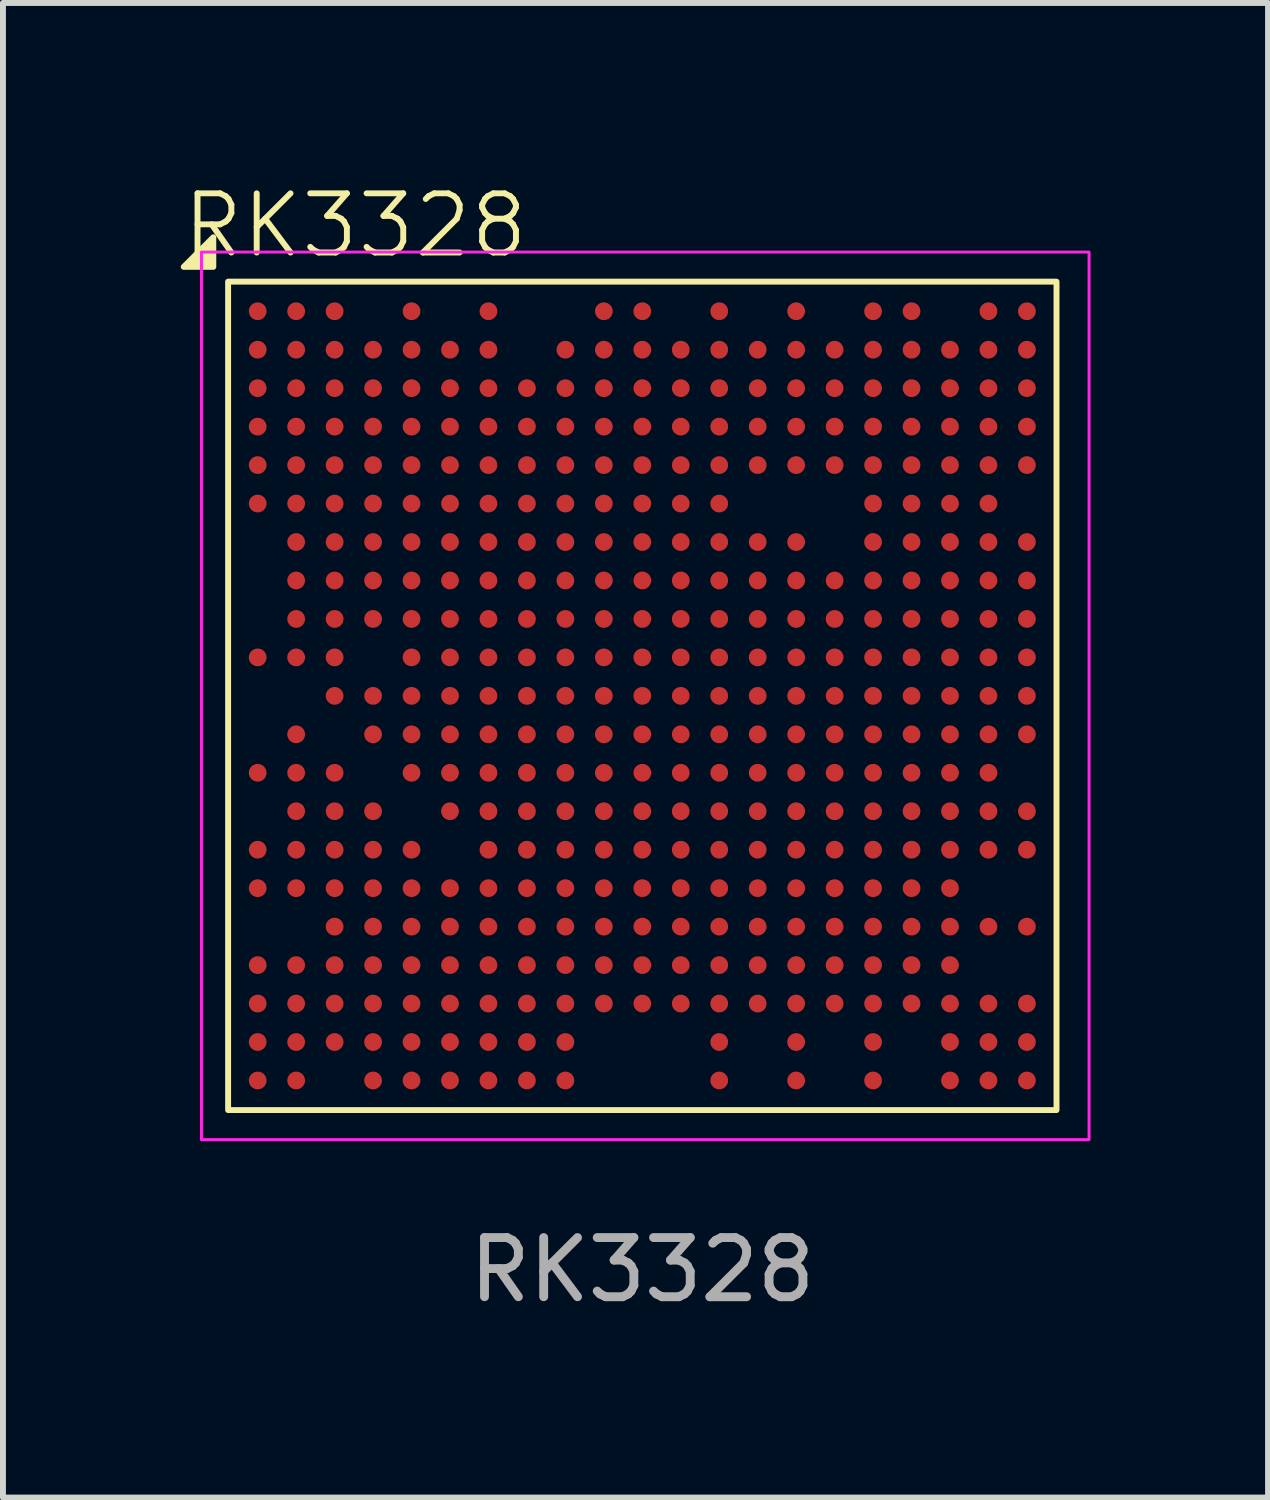
<source format=kicad_pcb>
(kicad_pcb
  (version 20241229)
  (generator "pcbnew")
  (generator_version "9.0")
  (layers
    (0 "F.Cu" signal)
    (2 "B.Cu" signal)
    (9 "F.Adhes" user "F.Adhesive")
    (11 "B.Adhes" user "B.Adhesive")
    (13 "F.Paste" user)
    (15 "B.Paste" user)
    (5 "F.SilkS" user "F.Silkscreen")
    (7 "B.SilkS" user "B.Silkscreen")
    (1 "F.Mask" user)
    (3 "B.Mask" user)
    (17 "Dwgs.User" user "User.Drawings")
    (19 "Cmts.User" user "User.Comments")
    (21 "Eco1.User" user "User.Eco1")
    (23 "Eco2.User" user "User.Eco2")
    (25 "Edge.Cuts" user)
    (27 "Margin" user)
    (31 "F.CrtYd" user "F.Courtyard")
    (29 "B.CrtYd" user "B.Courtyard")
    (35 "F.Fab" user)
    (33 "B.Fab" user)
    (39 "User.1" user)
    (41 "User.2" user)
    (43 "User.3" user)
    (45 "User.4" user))
  (footprint "RK3328"
    (layer "F.Cu")
    (at 7.805 8.71)
    (property "Reference" "RK3328" (at -4.85 -7.95 0) (unlocked yes) (layer "F.SilkS") (effects (font (size 1 1) (thickness 0.1))))
    (attr smd)
    (fp_rect (start -7 -7) (end 7 7) (stroke (width 0.1) (type default)) (fill no) (layer "F.SilkS"))
    (fp_poly (pts (xy -7.75 -7.25) (xy -7.25 -7.75) (xy -7.25 -7.25)) (stroke (width 0.1) (type solid)) (fill yes) (layer "F.SilkS"))
    (fp_rect (start -7.45 -7.5) (end 7.55 7.5) (stroke (width 0.05) (type default)) (fill no) (layer "F.CrtYd"))
    (fp_text user "${REFERENCE}" (at 0 9.7 0) (unlocked yes) (layer "F.Fab") (effects (font (size 1 1) (thickness 0.15))))
    (pad "A1" smd circle (at -6.5 -6.5) (size 0.3 0.3) (property pad_prop_bga) (layers "F.Cu" "F.Mask" "F.Paste"))
    (pad "A2" smd circle (at -5.85 -6.5) (size 0.3 0.3) (property pad_prop_bga) (layers "F.Cu" "F.Mask" "F.Paste"))
    (pad "A3" smd circle (at -5.2 -6.5) (size 0.3 0.3) (property pad_prop_bga) (layers "F.Cu" "F.Mask" "F.Paste"))
    (pad "A5" smd circle (at -3.9 -6.5) (size 0.3 0.3) (property pad_prop_bga) (layers "F.Cu" "F.Mask" "F.Paste"))
    (pad "A7" smd circle (at -2.6 -6.5) (size 0.3 0.3) (property pad_prop_bga) (layers "F.Cu" "F.Mask" "F.Paste"))
    (pad "A10" smd circle (at -0.65 -6.5) (size 0.3 0.3) (property pad_prop_bga) (layers "F.Cu" "F.Mask" "F.Paste"))
    (pad "A11" smd circle (at 0 -6.5) (size 0.3 0.3) (property pad_prop_bga) (layers "F.Cu" "F.Mask" "F.Paste"))
    (pad "A13" smd circle (at 1.3 -6.5) (size 0.3 0.3) (property pad_prop_bga) (layers "F.Cu" "F.Mask" "F.Paste"))
    (pad "A15" smd circle (at 2.6 -6.5) (size 0.3 0.3) (property pad_prop_bga) (layers "F.Cu" "F.Mask" "F.Paste"))
    (pad "A17" smd circle (at 3.9 -6.5) (size 0.3 0.3) (property pad_prop_bga) (layers "F.Cu" "F.Mask" "F.Paste"))
    (pad "A18" smd circle (at 4.55 -6.5) (size 0.3 0.3) (property pad_prop_bga) (layers "F.Cu" "F.Mask" "F.Paste"))
    (pad "A20" smd circle (at 5.85 -6.5) (size 0.3 0.3) (property pad_prop_bga) (layers "F.Cu" "F.Mask" "F.Paste"))
    (pad "A21" smd circle (at 6.5 -6.5) (size 0.3 0.3) (property pad_prop_bga) (layers "F.Cu" "F.Mask" "F.Paste"))
    (pad "AA1" smd circle (at -6.5 6.5) (size 0.3 0.3) (property pad_prop_bga) (layers "F.Cu" "F.Mask" "F.Paste"))
    (pad "AA2" smd circle (at -5.85 6.5) (size 0.3 0.3) (property pad_prop_bga) (layers "F.Cu" "F.Mask" "F.Paste"))
    (pad "AA4" smd circle (at -4.55 6.5) (size 0.3 0.3) (property pad_prop_bga) (layers "F.Cu" "F.Mask" "F.Paste"))
    (pad "AA5" smd circle (at -3.9 6.5) (size 0.3 0.3) (property pad_prop_bga) (layers "F.Cu" "F.Mask" "F.Paste"))
    (pad "AA6" smd circle (at -3.25 6.5) (size 0.3 0.3) (property pad_prop_bga) (layers "F.Cu" "F.Mask" "F.Paste"))
    (pad "AA7" smd circle (at -2.6 6.5) (size 0.3 0.3) (property pad_prop_bga) (layers "F.Cu" "F.Mask" "F.Paste"))
    (pad "AA8" smd circle (at -1.95 6.5) (size 0.3 0.3) (property pad_prop_bga) (layers "F.Cu" "F.Mask" "F.Paste"))
    (pad "AA9" smd circle (at -1.3 6.5) (size 0.3 0.3) (property pad_prop_bga) (layers "F.Cu" "F.Mask" "F.Paste"))
    (pad "AA13" smd circle (at 1.3 6.5) (size 0.3 0.3) (property pad_prop_bga) (layers "F.Cu" "F.Mask" "F.Paste"))
    (pad "AA15" smd circle (at 2.6 6.5) (size 0.3 0.3) (property pad_prop_bga) (layers "F.Cu" "F.Mask" "F.Paste"))
    (pad "AA17" smd circle (at 3.9 6.5) (size 0.3 0.3) (property pad_prop_bga) (layers "F.Cu" "F.Mask" "F.Paste"))
    (pad "AA19" smd circle (at 5.2 6.5) (size 0.3 0.3) (property pad_prop_bga) (layers "F.Cu" "F.Mask" "F.Paste"))
    (pad "AA20" smd circle (at 5.85 6.5) (size 0.3 0.3) (property pad_prop_bga) (layers "F.Cu" "F.Mask" "F.Paste"))
    (pad "AA21" smd circle (at 6.5 6.5) (size 0.3 0.3) (property pad_prop_bga) (layers "F.Cu" "F.Mask" "F.Paste"))
    (pad "B1" smd circle (at -6.5 -5.85) (size 0.3 0.3) (property pad_prop_bga) (layers "F.Cu" "F.Mask" "F.Paste"))
    (pad "B2" smd circle (at -5.85 -5.85) (size 0.3 0.3) (property pad_prop_bga) (layers "F.Cu" "F.Mask" "F.Paste"))
    (pad "B3" smd circle (at -5.2 -5.85) (size 0.3 0.3) (property pad_prop_bga) (layers "F.Cu" "F.Mask" "F.Paste"))
    (pad "B4" smd circle (at -4.55 -5.85) (size 0.3 0.3) (property pad_prop_bga) (layers "F.Cu" "F.Mask" "F.Paste"))
    (pad "B5" smd circle (at -3.9 -5.85) (size 0.3 0.3) (property pad_prop_bga) (layers "F.Cu" "F.Mask" "F.Paste"))
    (pad "B6" smd circle (at -3.25 -5.85) (size 0.3 0.3) (property pad_prop_bga) (layers "F.Cu" "F.Mask" "F.Paste"))
    (pad "B7" smd circle (at -2.6 -5.85) (size 0.3 0.3) (property pad_prop_bga) (layers "F.Cu" "F.Mask" "F.Paste"))
    (pad "B9" smd circle (at -1.3 -5.85) (size 0.3 0.3) (property pad_prop_bga) (layers "F.Cu" "F.Mask" "F.Paste"))
    (pad "B10" smd circle (at -0.65 -5.85) (size 0.3 0.3) (property pad_prop_bga) (layers "F.Cu" "F.Mask" "F.Paste"))
    (pad "B11" smd circle (at 0 -5.85) (size 0.3 0.3) (property pad_prop_bga) (layers "F.Cu" "F.Mask" "F.Paste"))
    (pad "B12" smd circle (at 0.65 -5.85) (size 0.3 0.3) (property pad_prop_bga) (layers "F.Cu" "F.Mask" "F.Paste"))
    (pad "B13" smd circle (at 1.3 -5.85) (size 0.3 0.3) (property pad_prop_bga) (layers "F.Cu" "F.Mask" "F.Paste"))
    (pad "B14" smd circle (at 1.95 -5.85) (size 0.3 0.3) (property pad_prop_bga) (layers "F.Cu" "F.Mask" "F.Paste"))
    (pad "B15" smd circle (at 2.6 -5.85) (size 0.3 0.3) (property pad_prop_bga) (layers "F.Cu" "F.Mask" "F.Paste"))
    (pad "B16" smd circle (at 3.25 -5.85) (size 0.3 0.3) (property pad_prop_bga) (layers "F.Cu" "F.Mask" "F.Paste"))
    (pad "B17" smd circle (at 3.9 -5.85) (size 0.3 0.3) (property pad_prop_bga) (layers "F.Cu" "F.Mask" "F.Paste"))
    (pad "B18" smd circle (at 4.55 -5.85) (size 0.3 0.3) (property pad_prop_bga) (layers "F.Cu" "F.Mask" "F.Paste"))
    (pad "B19" smd circle (at 5.2 -5.85) (size 0.3 0.3) (property pad_prop_bga) (layers "F.Cu" "F.Mask" "F.Paste"))
    (pad "B20" smd circle (at 5.85 -5.85) (size 0.3 0.3) (property pad_prop_bga) (layers "F.Cu" "F.Mask" "F.Paste"))
    (pad "B21" smd circle (at 6.5 -5.85) (size 0.3 0.3) (property pad_prop_bga) (layers "F.Cu" "F.Mask" "F.Paste"))
    (pad "C1" smd circle (at -6.5 -5.2) (size 0.3 0.3) (property pad_prop_bga) (layers "F.Cu" "F.Mask" "F.Paste"))
    (pad "C2" smd circle (at -5.85 -5.2) (size 0.3 0.3) (property pad_prop_bga) (layers "F.Cu" "F.Mask" "F.Paste"))
    (pad "C3" smd circle (at -5.2 -5.2) (size 0.3 0.3) (property pad_prop_bga) (layers "F.Cu" "F.Mask" "F.Paste"))
    (pad "C4" smd circle (at -4.55 -5.2) (size 0.3 0.3) (property pad_prop_bga) (layers "F.Cu" "F.Mask" "F.Paste"))
    (pad "C5" smd circle (at -3.9 -5.2) (size 0.3 0.3) (property pad_prop_bga) (layers "F.Cu" "F.Mask" "F.Paste"))
    (pad "C6" smd circle (at -3.25 -5.2) (size 0.3 0.3) (property pad_prop_bga) (layers "F.Cu" "F.Mask" "F.Paste"))
    (pad "C7" smd circle (at -2.6 -5.2) (size 0.3 0.3) (property pad_prop_bga) (layers "F.Cu" "F.Mask" "F.Paste"))
    (pad "C8" smd circle (at -1.95 -5.2) (size 0.3 0.3) (property pad_prop_bga) (layers "F.Cu" "F.Mask" "F.Paste"))
    (pad "C9" smd circle (at -1.3 -5.2) (size 0.3 0.3) (property pad_prop_bga) (layers "F.Cu" "F.Mask" "F.Paste"))
    (pad "C10" smd circle (at -0.65 -5.2) (size 0.3 0.3) (property pad_prop_bga) (layers "F.Cu" "F.Mask" "F.Paste"))
    (pad "C11" smd circle (at 0 -5.2) (size 0.3 0.3) (property pad_prop_bga) (layers "F.Cu" "F.Mask" "F.Paste"))
    (pad "C12" smd circle (at 0.65 -5.2) (size 0.3 0.3) (property pad_prop_bga) (layers "F.Cu" "F.Mask" "F.Paste"))
    (pad "C13" smd circle (at 1.3 -5.2) (size 0.3 0.3) (property pad_prop_bga) (layers "F.Cu" "F.Mask" "F.Paste"))
    (pad "C14" smd circle (at 1.95 -5.2) (size 0.3 0.3) (property pad_prop_bga) (layers "F.Cu" "F.Mask" "F.Paste"))
    (pad "C15" smd circle (at 2.6 -5.2) (size 0.3 0.3) (property pad_prop_bga) (layers "F.Cu" "F.Mask" "F.Paste"))
    (pad "C16" smd circle (at 3.25 -5.2) (size 0.3 0.3) (property pad_prop_bga) (layers "F.Cu" "F.Mask" "F.Paste"))
    (pad "C17" smd circle (at 3.9 -5.2) (size 0.3 0.3) (property pad_prop_bga) (layers "F.Cu" "F.Mask" "F.Paste"))
    (pad "C18" smd circle (at 4.55 -5.2) (size 0.3 0.3) (property pad_prop_bga) (layers "F.Cu" "F.Mask" "F.Paste"))
    (pad "C19" smd circle (at 5.2 -5.2) (size 0.3 0.3) (property pad_prop_bga) (layers "F.Cu" "F.Mask" "F.Paste"))
    (pad "C20" smd circle (at 5.85 -5.2) (size 0.3 0.3) (property pad_prop_bga) (layers "F.Cu" "F.Mask" "F.Paste"))
    (pad "C21" smd circle (at 6.5 -5.2) (size 0.3 0.3) (property pad_prop_bga) (layers "F.Cu" "F.Mask" "F.Paste"))
    (pad "D1" smd circle (at -6.5 -4.55) (size 0.3 0.3) (property pad_prop_bga) (layers "F.Cu" "F.Mask" "F.Paste"))
    (pad "D2" smd circle (at -5.85 -4.55) (size 0.3 0.3) (property pad_prop_bga) (layers "F.Cu" "F.Mask" "F.Paste"))
    (pad "D3" smd circle (at -5.2 -4.55) (size 0.3 0.3) (property pad_prop_bga) (layers "F.Cu" "F.Mask" "F.Paste"))
    (pad "D4" smd circle (at -4.55 -4.55) (size 0.3 0.3) (property pad_prop_bga) (layers "F.Cu" "F.Mask" "F.Paste"))
    (pad "D5" smd circle (at -3.9 -4.55) (size 0.3 0.3) (property pad_prop_bga) (layers "F.Cu" "F.Mask" "F.Paste"))
    (pad "D6" smd circle (at -3.25 -4.55) (size 0.3 0.3) (property pad_prop_bga) (layers "F.Cu" "F.Mask" "F.Paste"))
    (pad "D7" smd circle (at -2.6 -4.55) (size 0.3 0.3) (property pad_prop_bga) (layers "F.Cu" "F.Mask" "F.Paste"))
    (pad "D8" smd circle (at -1.95 -4.55) (size 0.3 0.3) (property pad_prop_bga) (layers "F.Cu" "F.Mask" "F.Paste"))
    (pad "D9" smd circle (at -1.3 -4.55) (size 0.3 0.3) (property pad_prop_bga) (layers "F.Cu" "F.Mask" "F.Paste"))
    (pad "D10" smd circle (at -0.65 -4.55) (size 0.3 0.3) (property pad_prop_bga) (layers "F.Cu" "F.Mask" "F.Paste"))
    (pad "D11" smd circle (at 0 -4.55) (size 0.3 0.3) (property pad_prop_bga) (layers "F.Cu" "F.Mask" "F.Paste"))
    (pad "D12" smd circle (at 0.65 -4.55) (size 0.3 0.3) (property pad_prop_bga) (layers "F.Cu" "F.Mask" "F.Paste"))
    (pad "D13" smd circle (at 1.3 -4.55) (size 0.3 0.3) (property pad_prop_bga) (layers "F.Cu" "F.Mask" "F.Paste"))
    (pad "D14" smd circle (at 1.95 -4.55) (size 0.3 0.3) (property pad_prop_bga) (layers "F.Cu" "F.Mask" "F.Paste"))
    (pad "D15" smd circle (at 2.6 -4.55) (size 0.3 0.3) (property pad_prop_bga) (layers "F.Cu" "F.Mask" "F.Paste"))
    (pad "D16" smd circle (at 3.25 -4.55) (size 0.3 0.3) (property pad_prop_bga) (layers "F.Cu" "F.Mask" "F.Paste"))
    (pad "D17" smd circle (at 3.9 -4.55) (size 0.3 0.3) (property pad_prop_bga) (layers "F.Cu" "F.Mask" "F.Paste"))
    (pad "D18" smd circle (at 4.55 -4.55) (size 0.3 0.3) (property pad_prop_bga) (layers "F.Cu" "F.Mask" "F.Paste"))
    (pad "D19" smd circle (at 5.2 -4.55) (size 0.3 0.3) (property pad_prop_bga) (layers "F.Cu" "F.Mask" "F.Paste"))
    (pad "D20" smd circle (at 5.85 -4.55) (size 0.3 0.3) (property pad_prop_bga) (layers "F.Cu" "F.Mask" "F.Paste"))
    (pad "D21" smd circle (at 6.5 -4.55) (size 0.3 0.3) (property pad_prop_bga) (layers "F.Cu" "F.Mask" "F.Paste"))
    (pad "E1" smd circle (at -6.5 -3.9) (size 0.3 0.3) (property pad_prop_bga) (layers "F.Cu" "F.Mask" "F.Paste"))
    (pad "E2" smd circle (at -5.85 -3.9) (size 0.3 0.3) (property pad_prop_bga) (layers "F.Cu" "F.Mask" "F.Paste"))
    (pad "E3" smd circle (at -5.2 -3.9) (size 0.3 0.3) (property pad_prop_bga) (layers "F.Cu" "F.Mask" "F.Paste"))
    (pad "E4" smd circle (at -4.55 -3.9) (size 0.3 0.3) (property pad_prop_bga) (layers "F.Cu" "F.Mask" "F.Paste"))
    (pad "E5" smd circle (at -3.9 -3.9) (size 0.3 0.3) (property pad_prop_bga) (layers "F.Cu" "F.Mask" "F.Paste"))
    (pad "E6" smd circle (at -3.25 -3.9) (size 0.3 0.3) (property pad_prop_bga) (layers "F.Cu" "F.Mask" "F.Paste"))
    (pad "E7" smd circle (at -2.6 -3.9) (size 0.3 0.3) (property pad_prop_bga) (layers "F.Cu" "F.Mask" "F.Paste"))
    (pad "E8" smd circle (at -1.95 -3.9) (size 0.3 0.3) (property pad_prop_bga) (layers "F.Cu" "F.Mask" "F.Paste"))
    (pad "E9" smd circle (at -1.3 -3.9) (size 0.3 0.3) (property pad_prop_bga) (layers "F.Cu" "F.Mask" "F.Paste"))
    (pad "E10" smd circle (at -0.65 -3.9) (size 0.3 0.3) (property pad_prop_bga) (layers "F.Cu" "F.Mask" "F.Paste"))
    (pad "E11" smd circle (at 0 -3.9) (size 0.3 0.3) (property pad_prop_bga) (layers "F.Cu" "F.Mask" "F.Paste"))
    (pad "E12" smd circle (at 0.65 -3.9) (size 0.3 0.3) (property pad_prop_bga) (layers "F.Cu" "F.Mask" "F.Paste"))
    (pad "E13" smd circle (at 1.3 -3.9) (size 0.3 0.3) (property pad_prop_bga) (layers "F.Cu" "F.Mask" "F.Paste"))
    (pad "E14" smd circle (at 1.95 -3.9) (size 0.3 0.3) (property pad_prop_bga) (layers "F.Cu" "F.Mask" "F.Paste"))
    (pad "E15" smd circle (at 2.6 -3.9) (size 0.3 0.3) (property pad_prop_bga) (layers "F.Cu" "F.Mask" "F.Paste"))
    (pad "E16" smd circle (at 3.25 -3.9) (size 0.3 0.3) (property pad_prop_bga) (layers "F.Cu" "F.Mask" "F.Paste"))
    (pad "E17" smd circle (at 3.9 -3.9) (size 0.3 0.3) (property pad_prop_bga) (layers "F.Cu" "F.Mask" "F.Paste"))
    (pad "E18" smd circle (at 4.55 -3.9) (size 0.3 0.3) (property pad_prop_bga) (layers "F.Cu" "F.Mask" "F.Paste"))
    (pad "E19" smd circle (at 5.2 -3.9) (size 0.3 0.3) (property pad_prop_bga) (layers "F.Cu" "F.Mask" "F.Paste"))
    (pad "E20" smd circle (at 5.85 -3.9) (size 0.3 0.3) (property pad_prop_bga) (layers "F.Cu" "F.Mask" "F.Paste"))
    (pad "E21" smd circle (at 6.5 -3.9) (size 0.3 0.3) (property pad_prop_bga) (layers "F.Cu" "F.Mask" "F.Paste"))
    (pad "F1" smd circle (at -6.5 -3.25) (size 0.3 0.3) (property pad_prop_bga) (layers "F.Cu" "F.Mask" "F.Paste"))
    (pad "F2" smd circle (at -5.85 -3.25) (size 0.3 0.3) (property pad_prop_bga) (layers "F.Cu" "F.Mask" "F.Paste"))
    (pad "F3" smd circle (at -5.2 -3.25) (size 0.3 0.3) (property pad_prop_bga) (layers "F.Cu" "F.Mask" "F.Paste"))
    (pad "F4" smd circle (at -4.55 -3.25) (size 0.3 0.3) (property pad_prop_bga) (layers "F.Cu" "F.Mask" "F.Paste"))
    (pad "F5" smd circle (at -3.9 -3.25) (size 0.3 0.3) (property pad_prop_bga) (layers "F.Cu" "F.Mask" "F.Paste"))
    (pad "F6" smd circle (at -3.25 -3.25) (size 0.3 0.3) (property pad_prop_bga) (layers "F.Cu" "F.Mask" "F.Paste"))
    (pad "F7" smd circle (at -2.6 -3.25) (size 0.3 0.3) (property pad_prop_bga) (layers "F.Cu" "F.Mask" "F.Paste"))
    (pad "F8" smd circle (at -1.95 -3.25) (size 0.3 0.3) (property pad_prop_bga) (layers "F.Cu" "F.Mask" "F.Paste"))
    (pad "F9" smd circle (at -1.3 -3.25) (size 0.3 0.3) (property pad_prop_bga) (layers "F.Cu" "F.Mask" "F.Paste"))
    (pad "F10" smd circle (at -0.65 -3.25) (size 0.3 0.3) (property pad_prop_bga) (layers "F.Cu" "F.Mask" "F.Paste"))
    (pad "F11" smd circle (at 0 -3.25) (size 0.3 0.3) (property pad_prop_bga) (layers "F.Cu" "F.Mask" "F.Paste"))
    (pad "F12" smd circle (at 0.65 -3.25) (size 0.3 0.3) (property pad_prop_bga) (layers "F.Cu" "F.Mask" "F.Paste"))
    (pad "F13" smd circle (at 1.3 -3.25) (size 0.3 0.3) (property pad_prop_bga) (layers "F.Cu" "F.Mask" "F.Paste"))
    (pad "F17" smd circle (at 3.9 -3.25) (size 0.3 0.3) (property pad_prop_bga) (layers "F.Cu" "F.Mask" "F.Paste"))
    (pad "F18" smd circle (at 4.55 -3.25) (size 0.3 0.3) (property pad_prop_bga) (layers "F.Cu" "F.Mask" "F.Paste"))
    (pad "F19" smd circle (at 5.2 -3.25) (size 0.3 0.3) (property pad_prop_bga) (layers "F.Cu" "F.Mask" "F.Paste"))
    (pad "F20" smd circle (at 5.85 -3.25) (size 0.3 0.3) (property pad_prop_bga) (layers "F.Cu" "F.Mask" "F.Paste"))
    (pad "G2" smd circle (at -5.85 -2.6) (size 0.3 0.3) (property pad_prop_bga) (layers "F.Cu" "F.Mask" "F.Paste"))
    (pad "G3" smd circle (at -5.2 -2.6) (size 0.3 0.3) (property pad_prop_bga) (layers "F.Cu" "F.Mask" "F.Paste"))
    (pad "G4" smd circle (at -4.55 -2.6) (size 0.3 0.3) (property pad_prop_bga) (layers "F.Cu" "F.Mask" "F.Paste"))
    (pad "G5" smd circle (at -3.9 -2.6) (size 0.3 0.3) (property pad_prop_bga) (layers "F.Cu" "F.Mask" "F.Paste"))
    (pad "G6" smd circle (at -3.25 -2.6) (size 0.3 0.3) (property pad_prop_bga) (layers "F.Cu" "F.Mask" "F.Paste"))
    (pad "G7" smd circle (at -2.6 -2.6) (size 0.3 0.3) (property pad_prop_bga) (layers "F.Cu" "F.Mask" "F.Paste"))
    (pad "G8" smd circle (at -1.95 -2.6) (size 0.3 0.3) (property pad_prop_bga) (layers "F.Cu" "F.Mask" "F.Paste"))
    (pad "G9" smd circle (at -1.3 -2.6) (size 0.3 0.3) (property pad_prop_bga) (layers "F.Cu" "F.Mask" "F.Paste"))
    (pad "G10" smd circle (at -0.65 -2.6) (size 0.3 0.3) (property pad_prop_bga) (layers "F.Cu" "F.Mask" "F.Paste"))
    (pad "G11" smd circle (at 0 -2.6) (size 0.3 0.3) (property pad_prop_bga) (layers "F.Cu" "F.Mask" "F.Paste"))
    (pad "G12" smd circle (at 0.65 -2.6) (size 0.3 0.3) (property pad_prop_bga) (layers "F.Cu" "F.Mask" "F.Paste"))
    (pad "G13" smd circle (at 1.3 -2.6) (size 0.3 0.3) (property pad_prop_bga) (layers "F.Cu" "F.Mask" "F.Paste"))
    (pad "G14" smd circle (at 1.95 -2.6) (size 0.3 0.3) (property pad_prop_bga) (layers "F.Cu" "F.Mask" "F.Paste"))
    (pad "G15" smd circle (at 2.6 -2.6) (size 0.3 0.3) (property pad_prop_bga) (layers "F.Cu" "F.Mask" "F.Paste"))
    (pad "G17" smd circle (at 3.9 -2.6) (size 0.3 0.3) (property pad_prop_bga) (layers "F.Cu" "F.Mask" "F.Paste"))
    (pad "G18" smd circle (at 4.55 -2.6) (size 0.3 0.3) (property pad_prop_bga) (layers "F.Cu" "F.Mask" "F.Paste"))
    (pad "G19" smd circle (at 5.2 -2.6) (size 0.3 0.3) (property pad_prop_bga) (layers "F.Cu" "F.Mask" "F.Paste"))
    (pad "G20" smd circle (at 5.85 -2.6) (size 0.3 0.3) (property pad_prop_bga) (layers "F.Cu" "F.Mask" "F.Paste"))
    (pad "G21" smd circle (at 6.5 -2.6) (size 0.3 0.3) (property pad_prop_bga) (layers "F.Cu" "F.Mask" "F.Paste"))
    (pad "H2" smd circle (at -5.85 -1.95) (size 0.3 0.3) (property pad_prop_bga) (layers "F.Cu" "F.Mask" "F.Paste"))
    (pad "H3" smd circle (at -5.2 -1.95) (size 0.3 0.3) (property pad_prop_bga) (layers "F.Cu" "F.Mask" "F.Paste"))
    (pad "H4" smd circle (at -4.55 -1.95) (size 0.3 0.3) (property pad_prop_bga) (layers "F.Cu" "F.Mask" "F.Paste"))
    (pad "H5" smd circle (at -3.9 -1.95) (size 0.3 0.3) (property pad_prop_bga) (layers "F.Cu" "F.Mask" "F.Paste"))
    (pad "H6" smd circle (at -3.25 -1.95) (size 0.3 0.3) (property pad_prop_bga) (layers "F.Cu" "F.Mask" "F.Paste"))
    (pad "H7" smd circle (at -2.6 -1.95) (size 0.3 0.3) (property pad_prop_bga) (layers "F.Cu" "F.Mask" "F.Paste"))
    (pad "H8" smd circle (at -1.95 -1.95) (size 0.3 0.3) (property pad_prop_bga) (layers "F.Cu" "F.Mask" "F.Paste"))
    (pad "H9" smd circle (at -1.3 -1.95) (size 0.3 0.3) (property pad_prop_bga) (layers "F.Cu" "F.Mask" "F.Paste"))
    (pad "H10" smd circle (at -0.65 -1.95) (size 0.3 0.3) (property pad_prop_bga) (layers "F.Cu" "F.Mask" "F.Paste"))
    (pad "H11" smd circle (at 0 -1.95) (size 0.3 0.3) (property pad_prop_bga) (layers "F.Cu" "F.Mask" "F.Paste"))
    (pad "H12" smd circle (at 0.65 -1.95) (size 0.3 0.3) (property pad_prop_bga) (layers "F.Cu" "F.Mask" "F.Paste"))
    (pad "H13" smd circle (at 1.3 -1.95) (size 0.3 0.3) (property pad_prop_bga) (layers "F.Cu" "F.Mask" "F.Paste"))
    (pad "H14" smd circle (at 1.95 -1.95) (size 0.3 0.3) (property pad_prop_bga) (layers "F.Cu" "F.Mask" "F.Paste"))
    (pad "H15" smd circle (at 2.6 -1.95) (size 0.3 0.3) (property pad_prop_bga) (layers "F.Cu" "F.Mask" "F.Paste"))
    (pad "H16" smd circle (at 3.25 -1.95) (size 0.3 0.3) (property pad_prop_bga) (layers "F.Cu" "F.Mask" "F.Paste"))
    (pad "H17" smd circle (at 3.9 -1.95) (size 0.3 0.3) (property pad_prop_bga) (layers "F.Cu" "F.Mask" "F.Paste"))
    (pad "H18" smd circle (at 4.55 -1.95) (size 0.3 0.3) (property pad_prop_bga) (layers "F.Cu" "F.Mask" "F.Paste"))
    (pad "H19" smd circle (at 5.2 -1.95) (size 0.3 0.3) (property pad_prop_bga) (layers "F.Cu" "F.Mask" "F.Paste"))
    (pad "H20" smd circle (at 5.85 -1.95) (size 0.3 0.3) (property pad_prop_bga) (layers "F.Cu" "F.Mask" "F.Paste"))
    (pad "H21" smd circle (at 6.5 -1.95) (size 0.3 0.3) (property pad_prop_bga) (layers "F.Cu" "F.Mask" "F.Paste"))
    (pad "J2" smd circle (at -5.85 -1.3) (size 0.3 0.3) (property pad_prop_bga) (layers "F.Cu" "F.Mask" "F.Paste"))
    (pad "J3" smd circle (at -5.2 -1.3) (size 0.3 0.3) (property pad_prop_bga) (layers "F.Cu" "F.Mask" "F.Paste"))
    (pad "J4" smd circle (at -4.55 -1.3) (size 0.3 0.3) (property pad_prop_bga) (layers "F.Cu" "F.Mask" "F.Paste"))
    (pad "J5" smd circle (at -3.9 -1.3) (size 0.3 0.3) (property pad_prop_bga) (layers "F.Cu" "F.Mask" "F.Paste"))
    (pad "J6" smd circle (at -3.25 -1.3) (size 0.3 0.3) (property pad_prop_bga) (layers "F.Cu" "F.Mask" "F.Paste"))
    (pad "J7" smd circle (at -2.6 -1.3) (size 0.3 0.3) (property pad_prop_bga) (layers "F.Cu" "F.Mask" "F.Paste"))
    (pad "J8" smd circle (at -1.95 -1.3) (size 0.3 0.3) (property pad_prop_bga) (layers "F.Cu" "F.Mask" "F.Paste"))
    (pad "J9" smd circle (at -1.3 -1.3) (size 0.3 0.3) (property pad_prop_bga) (layers "F.Cu" "F.Mask" "F.Paste"))
    (pad "J10" smd circle (at -0.65 -1.3) (size 0.3 0.3) (property pad_prop_bga) (layers "F.Cu" "F.Mask" "F.Paste"))
    (pad "J11" smd circle (at 0 -1.3) (size 0.3 0.3) (property pad_prop_bga) (layers "F.Cu" "F.Mask" "F.Paste"))
    (pad "J12" smd circle (at 0.65 -1.3) (size 0.3 0.3) (property pad_prop_bga) (layers "F.Cu" "F.Mask" "F.Paste"))
    (pad "J13" smd circle (at 1.3 -1.3) (size 0.3 0.3) (property pad_prop_bga) (layers "F.Cu" "F.Mask" "F.Paste"))
    (pad "J14" smd circle (at 1.95 -1.3) (size 0.3 0.3) (property pad_prop_bga) (layers "F.Cu" "F.Mask" "F.Paste"))
    (pad "J15" smd circle (at 2.6 -1.3) (size 0.3 0.3) (property pad_prop_bga) (layers "F.Cu" "F.Mask" "F.Paste"))
    (pad "J16" smd circle (at 3.25 -1.3) (size 0.3 0.3) (property pad_prop_bga) (layers "F.Cu" "F.Mask" "F.Paste"))
    (pad "J17" smd circle (at 3.9 -1.3) (size 0.3 0.3) (property pad_prop_bga) (layers "F.Cu" "F.Mask" "F.Paste"))
    (pad "J18" smd circle (at 4.55 -1.3) (size 0.3 0.3) (property pad_prop_bga) (layers "F.Cu" "F.Mask" "F.Paste"))
    (pad "J19" smd circle (at 5.2 -1.3) (size 0.3 0.3) (property pad_prop_bga) (layers "F.Cu" "F.Mask" "F.Paste"))
    (pad "J20" smd circle (at 5.85 -1.3) (size 0.3 0.3) (property pad_prop_bga) (layers "F.Cu" "F.Mask" "F.Paste"))
    (pad "J21" smd circle (at 6.5 -1.3) (size 0.3 0.3) (property pad_prop_bga) (layers "F.Cu" "F.Mask" "F.Paste"))
    (pad "K1" smd circle (at -6.5 -0.65) (size 0.3 0.3) (property pad_prop_bga) (layers "F.Cu" "F.Mask" "F.Paste"))
    (pad "K2" smd circle (at -5.85 -0.65) (size 0.3 0.3) (property pad_prop_bga) (layers "F.Cu" "F.Mask" "F.Paste"))
    (pad "K3" smd circle (at -5.2 -0.65) (size 0.3 0.3) (property pad_prop_bga) (layers "F.Cu" "F.Mask" "F.Paste"))
    (pad "K5" smd circle (at -3.9 -0.65) (size 0.3 0.3) (property pad_prop_bga) (layers "F.Cu" "F.Mask" "F.Paste"))
    (pad "K6" smd circle (at -3.25 -0.65) (size 0.3 0.3) (property pad_prop_bga) (layers "F.Cu" "F.Mask" "F.Paste"))
    (pad "K7" smd circle (at -2.6 -0.65) (size 0.3 0.3) (property pad_prop_bga) (layers "F.Cu" "F.Mask" "F.Paste"))
    (pad "K8" smd circle (at -1.95 -0.65) (size 0.3 0.3) (property pad_prop_bga) (layers "F.Cu" "F.Mask" "F.Paste"))
    (pad "K9" smd circle (at -1.3 -0.65) (size 0.3 0.3) (property pad_prop_bga) (layers "F.Cu" "F.Mask" "F.Paste"))
    (pad "K10" smd circle (at -0.65 -0.65) (size 0.3 0.3) (property pad_prop_bga) (layers "F.Cu" "F.Mask" "F.Paste"))
    (pad "K11" smd circle (at 0 -0.65) (size 0.3 0.3) (property pad_prop_bga) (layers "F.Cu" "F.Mask" "F.Paste"))
    (pad "K12" smd circle (at 0.65 -0.65) (size 0.3 0.3) (property pad_prop_bga) (layers "F.Cu" "F.Mask" "F.Paste"))
    (pad "K13" smd circle (at 1.3 -0.65) (size 0.3 0.3) (property pad_prop_bga) (layers "F.Cu" "F.Mask" "F.Paste"))
    (pad "K14" smd circle (at 1.95 -0.65) (size 0.3 0.3) (property pad_prop_bga) (layers "F.Cu" "F.Mask" "F.Paste"))
    (pad "K15" smd circle (at 2.6 -0.65) (size 0.3 0.3) (property pad_prop_bga) (layers "F.Cu" "F.Mask" "F.Paste"))
    (pad "K16" smd circle (at 3.25 -0.65) (size 0.3 0.3) (property pad_prop_bga) (layers "F.Cu" "F.Mask" "F.Paste"))
    (pad "K17" smd circle (at 3.9 -0.65) (size 0.3 0.3) (property pad_prop_bga) (layers "F.Cu" "F.Mask" "F.Paste"))
    (pad "K18" smd circle (at 4.55 -0.65) (size 0.3 0.3) (property pad_prop_bga) (layers "F.Cu" "F.Mask" "F.Paste"))
    (pad "K19" smd circle (at 5.2 -0.65) (size 0.3 0.3) (property pad_prop_bga) (layers "F.Cu" "F.Mask" "F.Paste"))
    (pad "K20" smd circle (at 5.85 -0.65) (size 0.3 0.3) (property pad_prop_bga) (layers "F.Cu" "F.Mask" "F.Paste"))
    (pad "K21" smd circle (at 6.5 -0.65) (size 0.3 0.3) (property pad_prop_bga) (layers "F.Cu" "F.Mask" "F.Paste"))
    (pad "L3" smd circle (at -5.2 0) (size 0.3 0.3) (property pad_prop_bga) (layers "F.Cu" "F.Mask" "F.Paste"))
    (pad "L4" smd circle (at -4.55 0) (size 0.3 0.3) (property pad_prop_bga) (layers "F.Cu" "F.Mask" "F.Paste"))
    (pad "L5" smd circle (at -3.9 0) (size 0.3 0.3) (property pad_prop_bga) (layers "F.Cu" "F.Mask" "F.Paste"))
    (pad "L6" smd circle (at -3.25 0) (size 0.3 0.3) (property pad_prop_bga) (layers "F.Cu" "F.Mask" "F.Paste"))
    (pad "L7" smd circle (at -2.6 0) (size 0.3 0.3) (property pad_prop_bga) (layers "F.Cu" "F.Mask" "F.Paste"))
    (pad "L8" smd circle (at -1.95 0) (size 0.3 0.3) (property pad_prop_bga) (layers "F.Cu" "F.Mask" "F.Paste"))
    (pad "L9" smd circle (at -1.3 0) (size 0.3 0.3) (property pad_prop_bga) (layers "F.Cu" "F.Mask" "F.Paste"))
    (pad "L10" smd circle (at -0.65 0) (size 0.3 0.3) (property pad_prop_bga) (layers "F.Cu" "F.Mask" "F.Paste"))
    (pad "L11" smd circle (at 0 0) (size 0.3 0.3) (property pad_prop_bga) (layers "F.Cu" "F.Mask" "F.Paste"))
    (pad "L12" smd circle (at 0.65 0) (size 0.3 0.3) (property pad_prop_bga) (layers "F.Cu" "F.Mask" "F.Paste"))
    (pad "L13" smd circle (at 1.3 0) (size 0.3 0.3) (property pad_prop_bga) (layers "F.Cu" "F.Mask" "F.Paste"))
    (pad "L14" smd circle (at 1.95 0) (size 0.3 0.3) (property pad_prop_bga) (layers "F.Cu" "F.Mask" "F.Paste"))
    (pad "L15" smd circle (at 2.6 0) (size 0.3 0.3) (property pad_prop_bga) (layers "F.Cu" "F.Mask" "F.Paste"))
    (pad "L16" smd circle (at 3.25 0) (size 0.3 0.3) (property pad_prop_bga) (layers "F.Cu" "F.Mask" "F.Paste"))
    (pad "L17" smd circle (at 3.9 0) (size 0.3 0.3) (property pad_prop_bga) (layers "F.Cu" "F.Mask" "F.Paste"))
    (pad "L18" smd circle (at 4.55 0) (size 0.3 0.3) (property pad_prop_bga) (layers "F.Cu" "F.Mask" "F.Paste"))
    (pad "L19" smd circle (at 5.2 0) (size 0.3 0.3) (property pad_prop_bga) (layers "F.Cu" "F.Mask" "F.Paste"))
    (pad "L20" smd circle (at 5.85 0) (size 0.3 0.3) (property pad_prop_bga) (layers "F.Cu" "F.Mask" "F.Paste"))
    (pad "L21" smd circle (at 6.5 0) (size 0.3 0.3) (property pad_prop_bga) (layers "F.Cu" "F.Mask" "F.Paste"))
    (pad "M2" smd circle (at -5.85 0.65) (size 0.3 0.3) (property pad_prop_bga) (layers "F.Cu" "F.Mask" "F.Paste"))
    (pad "M4" smd circle (at -4.55 0.65) (size 0.3 0.3) (property pad_prop_bga) (layers "F.Cu" "F.Mask" "F.Paste"))
    (pad "M5" smd circle (at -3.9 0.65) (size 0.3 0.3) (property pad_prop_bga) (layers "F.Cu" "F.Mask" "F.Paste"))
    (pad "M6" smd circle (at -3.25 0.65) (size 0.3 0.3) (property pad_prop_bga) (layers "F.Cu" "F.Mask" "F.Paste"))
    (pad "M7" smd circle (at -2.6 0.65) (size 0.3 0.3) (property pad_prop_bga) (layers "F.Cu" "F.Mask" "F.Paste"))
    (pad "M8" smd circle (at -1.95 0.65) (size 0.3 0.3) (property pad_prop_bga) (layers "F.Cu" "F.Mask" "F.Paste"))
    (pad "M9" smd circle (at -1.3 0.65) (size 0.3 0.3) (property pad_prop_bga) (layers "F.Cu" "F.Mask" "F.Paste"))
    (pad "M10" smd circle (at -0.65 0.65) (size 0.3 0.3) (property pad_prop_bga) (layers "F.Cu" "F.Mask" "F.Paste"))
    (pad "M11" smd circle (at 0 0.65) (size 0.3 0.3) (property pad_prop_bga) (layers "F.Cu" "F.Mask" "F.Paste"))
    (pad "M12" smd circle (at 0.65 0.65) (size 0.3 0.3) (property pad_prop_bga) (layers "F.Cu" "F.Mask" "F.Paste"))
    (pad "M13" smd circle (at 1.3 0.65) (size 0.3 0.3) (property pad_prop_bga) (layers "F.Cu" "F.Mask" "F.Paste"))
    (pad "M14" smd circle (at 1.95 0.65) (size 0.3 0.3) (property pad_prop_bga) (layers "F.Cu" "F.Mask" "F.Paste"))
    (pad "M15" smd circle (at 2.6 0.65) (size 0.3 0.3) (property pad_prop_bga) (layers "F.Cu" "F.Mask" "F.Paste"))
    (pad "M16" smd circle (at 3.25 0.65) (size 0.3 0.3) (property pad_prop_bga) (layers "F.Cu" "F.Mask" "F.Paste"))
    (pad "M17" smd circle (at 3.9 0.65) (size 0.3 0.3) (property pad_prop_bga) (layers "F.Cu" "F.Mask" "F.Paste"))
    (pad "M18" smd circle (at 4.55 0.65) (size 0.3 0.3) (property pad_prop_bga) (layers "F.Cu" "F.Mask" "F.Paste"))
    (pad "M19" smd circle (at 5.2 0.65) (size 0.3 0.3) (property pad_prop_bga) (layers "F.Cu" "F.Mask" "F.Paste"))
    (pad "M20" smd circle (at 5.85 0.65) (size 0.3 0.3) (property pad_prop_bga) (layers "F.Cu" "F.Mask" "F.Paste"))
    (pad "M21" smd circle (at 6.5 0.65) (size 0.3 0.3) (property pad_prop_bga) (layers "F.Cu" "F.Mask" "F.Paste"))
    (pad "N1" smd circle (at -6.5 1.3) (size 0.3 0.3) (property pad_prop_bga) (layers "F.Cu" "F.Mask" "F.Paste"))
    (pad "N2" smd circle (at -5.85 1.3) (size 0.3 0.3) (property pad_prop_bga) (layers "F.Cu" "F.Mask" "F.Paste"))
    (pad "N3" smd circle (at -5.2 1.3) (size 0.3 0.3) (property pad_prop_bga) (layers "F.Cu" "F.Mask" "F.Paste"))
    (pad "N5" smd circle (at -3.9 1.3) (size 0.3 0.3) (property pad_prop_bga) (layers "F.Cu" "F.Mask" "F.Paste"))
    (pad "N6" smd circle (at -3.25 1.3) (size 0.3 0.3) (property pad_prop_bga) (layers "F.Cu" "F.Mask" "F.Paste"))
    (pad "N7" smd circle (at -2.6 1.3) (size 0.3 0.3) (property pad_prop_bga) (layers "F.Cu" "F.Mask" "F.Paste"))
    (pad "N8" smd circle (at -1.95 1.3) (size 0.3 0.3) (property pad_prop_bga) (layers "F.Cu" "F.Mask" "F.Paste"))
    (pad "N9" smd circle (at -1.3 1.3) (size 0.3 0.3) (property pad_prop_bga) (layers "F.Cu" "F.Mask" "F.Paste"))
    (pad "N10" smd circle (at -0.65 1.3) (size 0.3 0.3) (property pad_prop_bga) (layers "F.Cu" "F.Mask" "F.Paste"))
    (pad "N11" smd circle (at 0 1.3) (size 0.3 0.3) (property pad_prop_bga) (layers "F.Cu" "F.Mask" "F.Paste"))
    (pad "N12" smd circle (at 0.65 1.3) (size 0.3 0.3) (property pad_prop_bga) (layers "F.Cu" "F.Mask" "F.Paste"))
    (pad "N13" smd circle (at 1.3 1.3) (size 0.3 0.3) (property pad_prop_bga) (layers "F.Cu" "F.Mask" "F.Paste"))
    (pad "N14" smd circle (at 1.95 1.3) (size 0.3 0.3) (property pad_prop_bga) (layers "F.Cu" "F.Mask" "F.Paste"))
    (pad "N15" smd circle (at 2.6 1.3) (size 0.3 0.3) (property pad_prop_bga) (layers "F.Cu" "F.Mask" "F.Paste"))
    (pad "N16" smd circle (at 3.25 1.3) (size 0.3 0.3) (property pad_prop_bga) (layers "F.Cu" "F.Mask" "F.Paste"))
    (pad "N17" smd circle (at 3.9 1.3) (size 0.3 0.3) (property pad_prop_bga) (layers "F.Cu" "F.Mask" "F.Paste"))
    (pad "N18" smd circle (at 4.55 1.3) (size 0.3 0.3) (property pad_prop_bga) (layers "F.Cu" "F.Mask" "F.Paste"))
    (pad "N19" smd circle (at 5.2 1.3) (size 0.3 0.3) (property pad_prop_bga) (layers "F.Cu" "F.Mask" "F.Paste"))
    (pad "N20" smd circle (at 5.85 1.3) (size 0.3 0.3) (property pad_prop_bga) (layers "F.Cu" "F.Mask" "F.Paste"))
    (pad "P2" smd circle (at -5.85 1.95) (size 0.3 0.3) (property pad_prop_bga) (layers "F.Cu" "F.Mask" "F.Paste"))
    (pad "P3" smd circle (at -5.2 1.95) (size 0.3 0.3) (property pad_prop_bga) (layers "F.Cu" "F.Mask" "F.Paste"))
    (pad "P4" smd circle (at -4.55 1.95) (size 0.3 0.3) (property pad_prop_bga) (layers "F.Cu" "F.Mask" "F.Paste"))
    (pad "P6" smd circle (at -3.25 1.95) (size 0.3 0.3) (property pad_prop_bga) (layers "F.Cu" "F.Mask" "F.Paste"))
    (pad "P7" smd circle (at -2.6 1.95) (size 0.3 0.3) (property pad_prop_bga) (layers "F.Cu" "F.Mask" "F.Paste"))
    (pad "P8" smd circle (at -1.95 1.95) (size 0.3 0.3) (property pad_prop_bga) (layers "F.Cu" "F.Mask" "F.Paste"))
    (pad "P9" smd circle (at -1.3 1.95) (size 0.3 0.3) (property pad_prop_bga) (layers "F.Cu" "F.Mask" "F.Paste"))
    (pad "P10" smd circle (at -0.65 1.95) (size 0.3 0.3) (property pad_prop_bga) (layers "F.Cu" "F.Mask" "F.Paste"))
    (pad "P11" smd circle (at 0 1.95) (size 0.3 0.3) (property pad_prop_bga) (layers "F.Cu" "F.Mask" "F.Paste"))
    (pad "P12" smd circle (at 0.65 1.95) (size 0.3 0.3) (property pad_prop_bga) (layers "F.Cu" "F.Mask" "F.Paste"))
    (pad "P13" smd circle (at 1.3 1.95) (size 0.3 0.3) (property pad_prop_bga) (layers "F.Cu" "F.Mask" "F.Paste"))
    (pad "P14" smd circle (at 1.95 1.95) (size 0.3 0.3) (property pad_prop_bga) (layers "F.Cu" "F.Mask" "F.Paste"))
    (pad "P15" smd circle (at 2.6 1.95) (size 0.3 0.3) (property pad_prop_bga) (layers "F.Cu" "F.Mask" "F.Paste"))
    (pad "P16" smd circle (at 3.25 1.95) (size 0.3 0.3) (property pad_prop_bga) (layers "F.Cu" "F.Mask" "F.Paste"))
    (pad "P17" smd circle (at 3.9 1.95) (size 0.3 0.3) (property pad_prop_bga) (layers "F.Cu" "F.Mask" "F.Paste"))
    (pad "P18" smd circle (at 4.55 1.95) (size 0.3 0.3) (property pad_prop_bga) (layers "F.Cu" "F.Mask" "F.Paste"))
    (pad "P19" smd circle (at 5.2 1.95) (size 0.3 0.3) (property pad_prop_bga) (layers "F.Cu" "F.Mask" "F.Paste"))
    (pad "P20" smd circle (at 5.85 1.95) (size 0.3 0.3) (property pad_prop_bga) (layers "F.Cu" "F.Mask" "F.Paste"))
    (pad "P21" smd circle (at 6.5 1.95) (size 0.3 0.3) (property pad_prop_bga) (layers "F.Cu" "F.Mask" "F.Paste"))
    (pad "R1" smd circle (at -6.5 2.6) (size 0.3 0.3) (property pad_prop_bga) (layers "F.Cu" "F.Mask" "F.Paste"))
    (pad "R2" smd circle (at -5.85 2.6) (size 0.3 0.3) (property pad_prop_bga) (layers "F.Cu" "F.Mask" "F.Paste"))
    (pad "R3" smd circle (at -5.2 2.6) (size 0.3 0.3) (property pad_prop_bga) (layers "F.Cu" "F.Mask" "F.Paste"))
    (pad "R4" smd circle (at -4.55 2.6) (size 0.3 0.3) (property pad_prop_bga) (layers "F.Cu" "F.Mask" "F.Paste"))
    (pad "R5" smd circle (at -3.9 2.6) (size 0.3 0.3) (property pad_prop_bga) (layers "F.Cu" "F.Mask" "F.Paste"))
    (pad "R7" smd circle (at -2.6 2.6) (size 0.3 0.3) (property pad_prop_bga) (layers "F.Cu" "F.Mask" "F.Paste"))
    (pad "R8" smd circle (at -1.95 2.6) (size 0.3 0.3) (property pad_prop_bga) (layers "F.Cu" "F.Mask" "F.Paste"))
    (pad "R9" smd circle (at -1.3 2.6) (size 0.3 0.3) (property pad_prop_bga) (layers "F.Cu" "F.Mask" "F.Paste"))
    (pad "R10" smd circle (at -0.65 2.6) (size 0.3 0.3) (property pad_prop_bga) (layers "F.Cu" "F.Mask" "F.Paste"))
    (pad "R11" smd circle (at 0 2.6) (size 0.3 0.3) (property pad_prop_bga) (layers "F.Cu" "F.Mask" "F.Paste"))
    (pad "R12" smd circle (at 0.65 2.6) (size 0.3 0.3) (property pad_prop_bga) (layers "F.Cu" "F.Mask" "F.Paste"))
    (pad "R13" smd circle (at 1.3 2.6) (size 0.3 0.3) (property pad_prop_bga) (layers "F.Cu" "F.Mask" "F.Paste"))
    (pad "R14" smd circle (at 1.95 2.6) (size 0.3 0.3) (property pad_prop_bga) (layers "F.Cu" "F.Mask" "F.Paste"))
    (pad "R15" smd circle (at 2.6 2.6) (size 0.3 0.3) (property pad_prop_bga) (layers "F.Cu" "F.Mask" "F.Paste"))
    (pad "R16" smd circle (at 3.25 2.6) (size 0.3 0.3) (property pad_prop_bga) (layers "F.Cu" "F.Mask" "F.Paste"))
    (pad "R17" smd circle (at 3.9 2.6) (size 0.3 0.3) (property pad_prop_bga) (layers "F.Cu" "F.Mask" "F.Paste"))
    (pad "R18" smd circle (at 4.55 2.6) (size 0.3 0.3) (property pad_prop_bga) (layers "F.Cu" "F.Mask" "F.Paste"))
    (pad "R19" smd circle (at 5.2 2.6) (size 0.3 0.3) (property pad_prop_bga) (layers "F.Cu" "F.Mask" "F.Paste"))
    (pad "R20" smd circle (at 5.85 2.6) (size 0.3 0.3) (property pad_prop_bga) (layers "F.Cu" "F.Mask" "F.Paste"))
    (pad "R21" smd circle (at 6.5 2.6) (size 0.3 0.3) (property pad_prop_bga) (layers "F.Cu" "F.Mask" "F.Paste"))
    (pad "T1" smd circle (at -6.5 3.25) (size 0.3 0.3) (property pad_prop_bga) (layers "F.Cu" "F.Mask" "F.Paste"))
    (pad "T2" smd circle (at -5.85 3.25) (size 0.3 0.3) (property pad_prop_bga) (layers "F.Cu" "F.Mask" "F.Paste"))
    (pad "T3" smd circle (at -5.2 3.25) (size 0.3 0.3) (property pad_prop_bga) (layers "F.Cu" "F.Mask" "F.Paste"))
    (pad "T4" smd circle (at -4.55 3.25) (size 0.3 0.3) (property pad_prop_bga) (layers "F.Cu" "F.Mask" "F.Paste"))
    (pad "T5" smd circle (at -3.9 3.25) (size 0.3 0.3) (property pad_prop_bga) (layers "F.Cu" "F.Mask" "F.Paste"))
    (pad "T6" smd circle (at -3.25 3.25) (size 0.3 0.3) (property pad_prop_bga) (layers "F.Cu" "F.Mask" "F.Paste"))
    (pad "T7" smd circle (at -2.6 3.25) (size 0.3 0.3) (property pad_prop_bga) (layers "F.Cu" "F.Mask" "F.Paste"))
    (pad "T8" smd circle (at -1.95 3.25) (size 0.3 0.3) (property pad_prop_bga) (layers "F.Cu" "F.Mask" "F.Paste"))
    (pad "T9" smd circle (at -1.3 3.25) (size 0.3 0.3) (property pad_prop_bga) (layers "F.Cu" "F.Mask" "F.Paste"))
    (pad "T10" smd circle (at -0.65 3.25) (size 0.3 0.3) (property pad_prop_bga) (layers "F.Cu" "F.Mask" "F.Paste"))
    (pad "T11" smd circle (at 0 3.25) (size 0.3 0.3) (property pad_prop_bga) (layers "F.Cu" "F.Mask" "F.Paste"))
    (pad "T12" smd circle (at 0.65 3.25) (size 0.3 0.3) (property pad_prop_bga) (layers "F.Cu" "F.Mask" "F.Paste"))
    (pad "T13" smd circle (at 1.3 3.25) (size 0.3 0.3) (property pad_prop_bga) (layers "F.Cu" "F.Mask" "F.Paste"))
    (pad "T14" smd circle (at 1.95 3.25) (size 0.3 0.3) (property pad_prop_bga) (layers "F.Cu" "F.Mask" "F.Paste"))
    (pad "T15" smd circle (at 2.6 3.25) (size 0.3 0.3) (property pad_prop_bga) (layers "F.Cu" "F.Mask" "F.Paste"))
    (pad "T16" smd circle (at 3.25 3.25) (size 0.3 0.3) (property pad_prop_bga) (layers "F.Cu" "F.Mask" "F.Paste"))
    (pad "T17" smd circle (at 3.9 3.25) (size 0.3 0.3) (property pad_prop_bga) (layers "F.Cu" "F.Mask" "F.Paste"))
    (pad "T18" smd circle (at 4.55 3.25) (size 0.3 0.3) (property pad_prop_bga) (layers "F.Cu" "F.Mask" "F.Paste"))
    (pad "T19" smd circle (at 5.2 3.25) (size 0.3 0.3) (property pad_prop_bga) (layers "F.Cu" "F.Mask" "F.Paste"))
    (pad "U3" smd circle (at -5.2 3.9) (size 0.3 0.3) (property pad_prop_bga) (layers "F.Cu" "F.Mask" "F.Paste"))
    (pad "U4" smd circle (at -4.55 3.9) (size 0.3 0.3) (property pad_prop_bga) (layers "F.Cu" "F.Mask" "F.Paste"))
    (pad "U5" smd circle (at -3.9 3.9) (size 0.3 0.3) (property pad_prop_bga) (layers "F.Cu" "F.Mask" "F.Paste"))
    (pad "U6" smd circle (at -3.25 3.9) (size 0.3 0.3) (property pad_prop_bga) (layers "F.Cu" "F.Mask" "F.Paste"))
    (pad "U7" smd circle (at -2.6 3.9) (size 0.3 0.3) (property pad_prop_bga) (layers "F.Cu" "F.Mask" "F.Paste"))
    (pad "U8" smd circle (at -1.95 3.9) (size 0.3 0.3) (property pad_prop_bga) (layers "F.Cu" "F.Mask" "F.Paste"))
    (pad "U9" smd circle (at -1.3 3.9) (size 0.3 0.3) (property pad_prop_bga) (layers "F.Cu" "F.Mask" "F.Paste"))
    (pad "U10" smd circle (at -0.65 3.9) (size 0.3 0.3) (property pad_prop_bga) (layers "F.Cu" "F.Mask" "F.Paste"))
    (pad "U11" smd circle (at 0 3.9) (size 0.3 0.3) (property pad_prop_bga) (layers "F.Cu" "F.Mask" "F.Paste"))
    (pad "U12" smd circle (at 0.65 3.9) (size 0.3 0.3) (property pad_prop_bga) (layers "F.Cu" "F.Mask" "F.Paste"))
    (pad "U13" smd circle (at 1.3 3.9) (size 0.3 0.3) (property pad_prop_bga) (layers "F.Cu" "F.Mask" "F.Paste"))
    (pad "U14" smd circle (at 1.95 3.9) (size 0.3 0.3) (property pad_prop_bga) (layers "F.Cu" "F.Mask" "F.Paste"))
    (pad "U15" smd circle (at 2.6 3.9) (size 0.3 0.3) (property pad_prop_bga) (layers "F.Cu" "F.Mask" "F.Paste"))
    (pad "U16" smd circle (at 3.25 3.9) (size 0.3 0.3) (property pad_prop_bga) (layers "F.Cu" "F.Mask" "F.Paste"))
    (pad "U17" smd circle (at 3.9 3.9) (size 0.3 0.3) (property pad_prop_bga) (layers "F.Cu" "F.Mask" "F.Paste"))
    (pad "U18" smd circle (at 4.55 3.9) (size 0.3 0.3) (property pad_prop_bga) (layers "F.Cu" "F.Mask" "F.Paste"))
    (pad "U19" smd circle (at 5.2 3.9) (size 0.3 0.3) (property pad_prop_bga) (layers "F.Cu" "F.Mask" "F.Paste"))
    (pad "U20" smd circle (at 5.85 3.9) (size 0.3 0.3) (property pad_prop_bga) (layers "F.Cu" "F.Mask" "F.Paste"))
    (pad "U21" smd circle (at 6.5 3.9) (size 0.3 0.3) (property pad_prop_bga) (layers "F.Cu" "F.Mask" "F.Paste"))
    (pad "V1" smd circle (at -6.5 4.55) (size 0.3 0.3) (property pad_prop_bga) (layers "F.Cu" "F.Mask" "F.Paste"))
    (pad "V2" smd circle (at -5.85 4.55) (size 0.3 0.3) (property pad_prop_bga) (layers "F.Cu" "F.Mask" "F.Paste"))
    (pad "V3" smd circle (at -5.2 4.55) (size 0.3 0.3) (property pad_prop_bga) (layers "F.Cu" "F.Mask" "F.Paste"))
    (pad "V4" smd circle (at -4.55 4.55) (size 0.3 0.3) (property pad_prop_bga) (layers "F.Cu" "F.Mask" "F.Paste"))
    (pad "V5" smd circle (at -3.9 4.55) (size 0.3 0.3) (property pad_prop_bga) (layers "F.Cu" "F.Mask" "F.Paste"))
    (pad "V6" smd circle (at -3.25 4.55) (size 0.3 0.3) (property pad_prop_bga) (layers "F.Cu" "F.Mask" "F.Paste"))
    (pad "V7" smd circle (at -2.6 4.55) (size 0.3 0.3) (property pad_prop_bga) (layers "F.Cu" "F.Mask" "F.Paste"))
    (pad "V8" smd circle (at -1.95 4.55) (size 0.3 0.3) (property pad_prop_bga) (layers "F.Cu" "F.Mask" "F.Paste"))
    (pad "V9" smd circle (at -1.3 4.55) (size 0.3 0.3) (property pad_prop_bga) (layers "F.Cu" "F.Mask" "F.Paste"))
    (pad "V10" smd circle (at -0.65 4.55) (size 0.3 0.3) (property pad_prop_bga) (layers "F.Cu" "F.Mask" "F.Paste"))
    (pad "V11" smd circle (at 0 4.55) (size 0.3 0.3) (property pad_prop_bga) (layers "F.Cu" "F.Mask" "F.Paste"))
    (pad "V12" smd circle (at 0.65 4.55) (size 0.3 0.3) (property pad_prop_bga) (layers "F.Cu" "F.Mask" "F.Paste"))
    (pad "V13" smd circle (at 1.3 4.55) (size 0.3 0.3) (property pad_prop_bga) (layers "F.Cu" "F.Mask" "F.Paste"))
    (pad "V14" smd circle (at 1.95 4.55) (size 0.3 0.3) (property pad_prop_bga) (layers "F.Cu" "F.Mask" "F.Paste"))
    (pad "V15" smd circle (at 2.6 4.55) (size 0.3 0.3) (property pad_prop_bga) (layers "F.Cu" "F.Mask" "F.Paste"))
    (pad "V16" smd circle (at 3.25 4.55) (size 0.3 0.3) (property pad_prop_bga) (layers "F.Cu" "F.Mask" "F.Paste"))
    (pad "V17" smd circle (at 3.9 4.55) (size 0.3 0.3) (property pad_prop_bga) (layers "F.Cu" "F.Mask" "F.Paste"))
    (pad "V18" smd circle (at 4.55 4.55) (size 0.3 0.3) (property pad_prop_bga) (layers "F.Cu" "F.Mask" "F.Paste"))
    (pad "V19" smd circle (at 5.2 4.55) (size 0.3 0.3) (property pad_prop_bga) (layers "F.Cu" "F.Mask" "F.Paste"))
    (pad "W1" smd circle (at -6.5 5.2) (size 0.3 0.3) (property pad_prop_bga) (layers "F.Cu" "F.Mask" "F.Paste"))
    (pad "W2" smd circle (at -5.85 5.2) (size 0.3 0.3) (property pad_prop_bga) (layers "F.Cu" "F.Mask" "F.Paste"))
    (pad "W3" smd circle (at -5.2 5.2) (size 0.3 0.3) (property pad_prop_bga) (layers "F.Cu" "F.Mask" "F.Paste"))
    (pad "W4" smd circle (at -4.55 5.2) (size 0.3 0.3) (property pad_prop_bga) (layers "F.Cu" "F.Mask" "F.Paste"))
    (pad "W5" smd circle (at -3.9 5.2) (size 0.3 0.3) (property pad_prop_bga) (layers "F.Cu" "F.Mask" "F.Paste"))
    (pad "W6" smd circle (at -3.25 5.2) (size 0.3 0.3) (property pad_prop_bga) (layers "F.Cu" "F.Mask" "F.Paste"))
    (pad "W7" smd circle (at -2.6 5.2) (size 0.3 0.3) (property pad_prop_bga) (layers "F.Cu" "F.Mask" "F.Paste"))
    (pad "W8" smd circle (at -1.95 5.2) (size 0.3 0.3) (property pad_prop_bga) (layers "F.Cu" "F.Mask" "F.Paste"))
    (pad "W9" smd circle (at -1.3 5.2) (size 0.3 0.3) (property pad_prop_bga) (layers "F.Cu" "F.Mask" "F.Paste"))
    (pad "W10" smd circle (at -0.65 5.2) (size 0.3 0.3) (property pad_prop_bga) (layers "F.Cu" "F.Mask" "F.Paste"))
    (pad "W11" smd circle (at 0 5.2) (size 0.3 0.3) (property pad_prop_bga) (layers "F.Cu" "F.Mask" "F.Paste"))
    (pad "W12" smd circle (at 0.65 5.2) (size 0.3 0.3) (property pad_prop_bga) (layers "F.Cu" "F.Mask" "F.Paste"))
    (pad "W13" smd circle (at 1.3 5.2) (size 0.3 0.3) (property pad_prop_bga) (layers "F.Cu" "F.Mask" "F.Paste"))
    (pad "W14" smd circle (at 1.95 5.2) (size 0.3 0.3) (property pad_prop_bga) (layers "F.Cu" "F.Mask" "F.Paste"))
    (pad "W15" smd circle (at 2.6 5.2) (size 0.3 0.3) (property pad_prop_bga) (layers "F.Cu" "F.Mask" "F.Paste"))
    (pad "W16" smd circle (at 3.25 5.2) (size 0.3 0.3) (property pad_prop_bga) (layers "F.Cu" "F.Mask" "F.Paste"))
    (pad "W17" smd circle (at 3.9 5.2) (size 0.3 0.3) (property pad_prop_bga) (layers "F.Cu" "F.Mask" "F.Paste"))
    (pad "W18" smd circle (at 4.55 5.2) (size 0.3 0.3) (property pad_prop_bga) (layers "F.Cu" "F.Mask" "F.Paste"))
    (pad "W19" smd circle (at 5.2 5.2) (size 0.3 0.3) (property pad_prop_bga) (layers "F.Cu" "F.Mask" "F.Paste"))
    (pad "W20" smd circle (at 5.85 5.2) (size 0.3 0.3) (property pad_prop_bga) (layers "F.Cu" "F.Mask" "F.Paste"))
    (pad "W21" smd circle (at 6.5 5.2) (size 0.3 0.3) (property pad_prop_bga) (layers "F.Cu" "F.Mask" "F.Paste"))
    (pad "Y1" smd circle (at -6.5 5.85) (size 0.3 0.3) (property pad_prop_bga) (layers "F.Cu" "F.Mask" "F.Paste"))
    (pad "Y2" smd circle (at -5.85 5.85) (size 0.3 0.3) (property pad_prop_bga) (layers "F.Cu" "F.Mask" "F.Paste"))
    (pad "Y3" smd circle (at -5.2 5.85) (size 0.3 0.3) (property pad_prop_bga) (layers "F.Cu" "F.Mask" "F.Paste"))
    (pad "Y4" smd circle (at -4.55 5.85) (size 0.3 0.3) (property pad_prop_bga) (layers "F.Cu" "F.Mask" "F.Paste"))
    (pad "Y5" smd circle (at -3.9 5.85) (size 0.3 0.3) (property pad_prop_bga) (layers "F.Cu" "F.Mask" "F.Paste"))
    (pad "Y6" smd circle (at -3.25 5.85) (size 0.3 0.3) (property pad_prop_bga) (layers "F.Cu" "F.Mask" "F.Paste"))
    (pad "Y7" smd circle (at -2.6 5.85) (size 0.3 0.3) (property pad_prop_bga) (layers "F.Cu" "F.Mask" "F.Paste"))
    (pad "Y8" smd circle (at -1.95 5.85) (size 0.3 0.3) (property pad_prop_bga) (layers "F.Cu" "F.Mask" "F.Paste"))
    (pad "Y9" smd circle (at -1.3 5.85) (size 0.3 0.3) (property pad_prop_bga) (layers "F.Cu" "F.Mask" "F.Paste"))
    (pad "Y13" smd circle (at 1.3 5.85) (size 0.3 0.3) (property pad_prop_bga) (layers "F.Cu" "F.Mask" "F.Paste"))
    (pad "Y15" smd circle (at 2.6 5.85) (size 0.3 0.3) (property pad_prop_bga) (layers "F.Cu" "F.Mask" "F.Paste"))
    (pad "Y17" smd circle (at 3.9 5.85) (size 0.3 0.3) (property pad_prop_bga) (layers "F.Cu" "F.Mask" "F.Paste"))
    (pad "Y19" smd circle (at 5.2 5.85) (size 0.3 0.3) (property pad_prop_bga) (layers "F.Cu" "F.Mask" "F.Paste"))
    (pad "Y20" smd circle (at 5.85 5.85) (size 0.3 0.3) (property pad_prop_bga) (layers "F.Cu" "F.Mask" "F.Paste"))
    (pad "Y21" smd circle (at 6.5 5.85) (size 0.3 0.3) (property pad_prop_bga) (layers "F.Cu" "F.Mask" "F.Paste")))
  (gr_rect
    (start -3 -3)
    (end 18.38 22.259)
    (stroke (width 0.1) (type default))
    (fill no)
    (layer "Edge.Cuts")))
</source>
